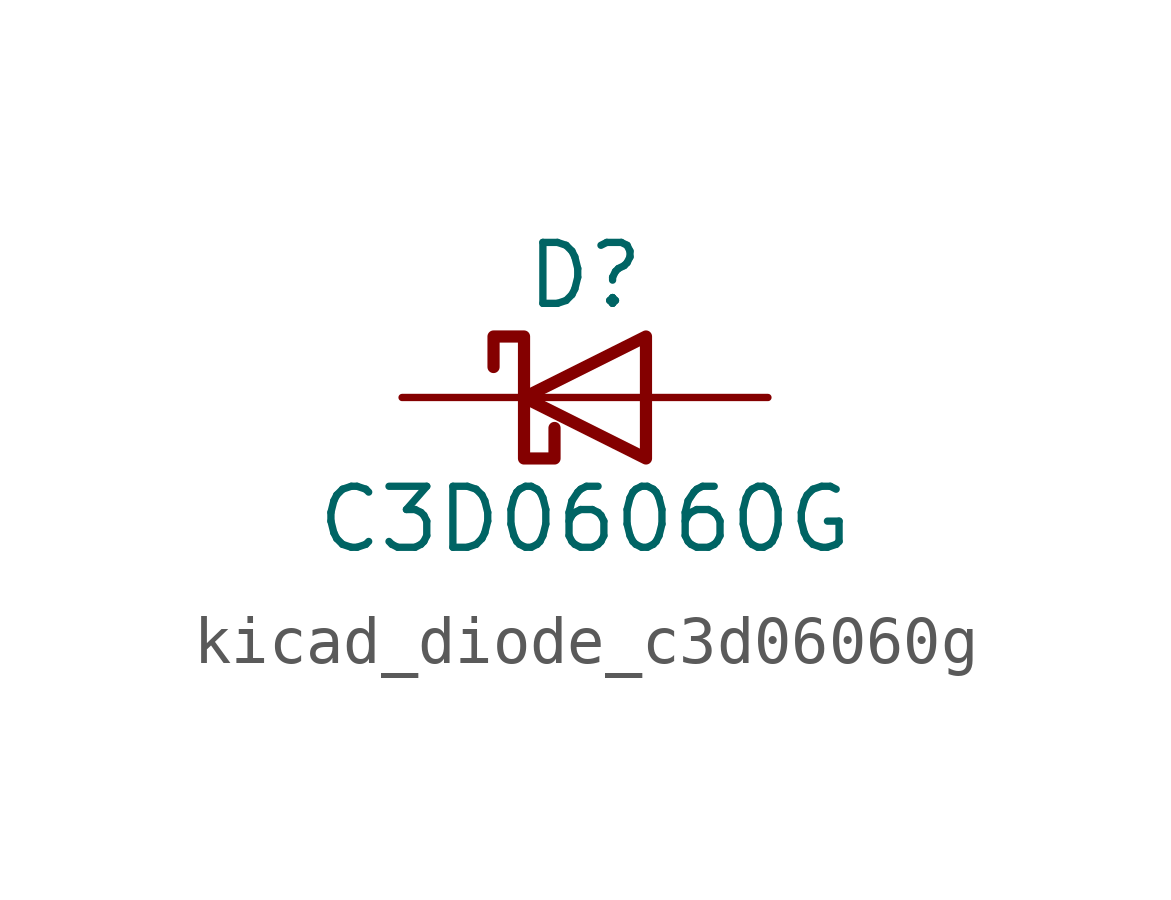
<source format=kicad_sym>
(kicad_symbol_lib
  (version 20220914)
  (generator kicad_symbol_editor)
  (symbol "kicad_diode_c3d06060g"
    (pin_numbers hide)
    (pin_names
      (offset 1.016) hide)
    (property "Reference" "D"
      (at 0 2.54 0)
      (effects (font (size 1.27 1.27))))
    (property "Value" "C3D06060G"
      (at 0 -2.54 0)
      (effects (font (size 1.27 1.27))))
    (symbol "kicad_diode_c3d06060g_0_1"
      (polyline (pts (xy 1.27 0) (xy -1.27 0)) (stroke (width 0) (type default)) (fill (type none)))
      (polyline (pts (xy 1.27 1.27) (xy 1.27 -1.27) (xy -1.27 0) (xy 1.27 1.27)) (stroke (width 0.254) (type default)) (fill (type none)))
      (polyline (pts (xy -1.905 0.635) (xy -1.905 1.27) (xy -1.27 1.27) (xy -1.27 -1.27) (xy -0.635 -1.27) (xy -0.635 -0.635)) (stroke (width 0.254) (type default)) (fill (type none))))
    (symbol "kicad_diode_c3d06060g_1_1"
      (pin passive line (at -3.81 0 0) (length 2.54) (name "K" (effects (font (size 1.27 1.27)))) (number "1" (effects (font (size 1.27 1.27)))))
      (pin passive line (at 3.81 0 180) (length 2.54) (name "A" (effects (font (size 1.27 1.27)))) (number "2" (effects (font (size 1.27 1.27))))))))
</source>
